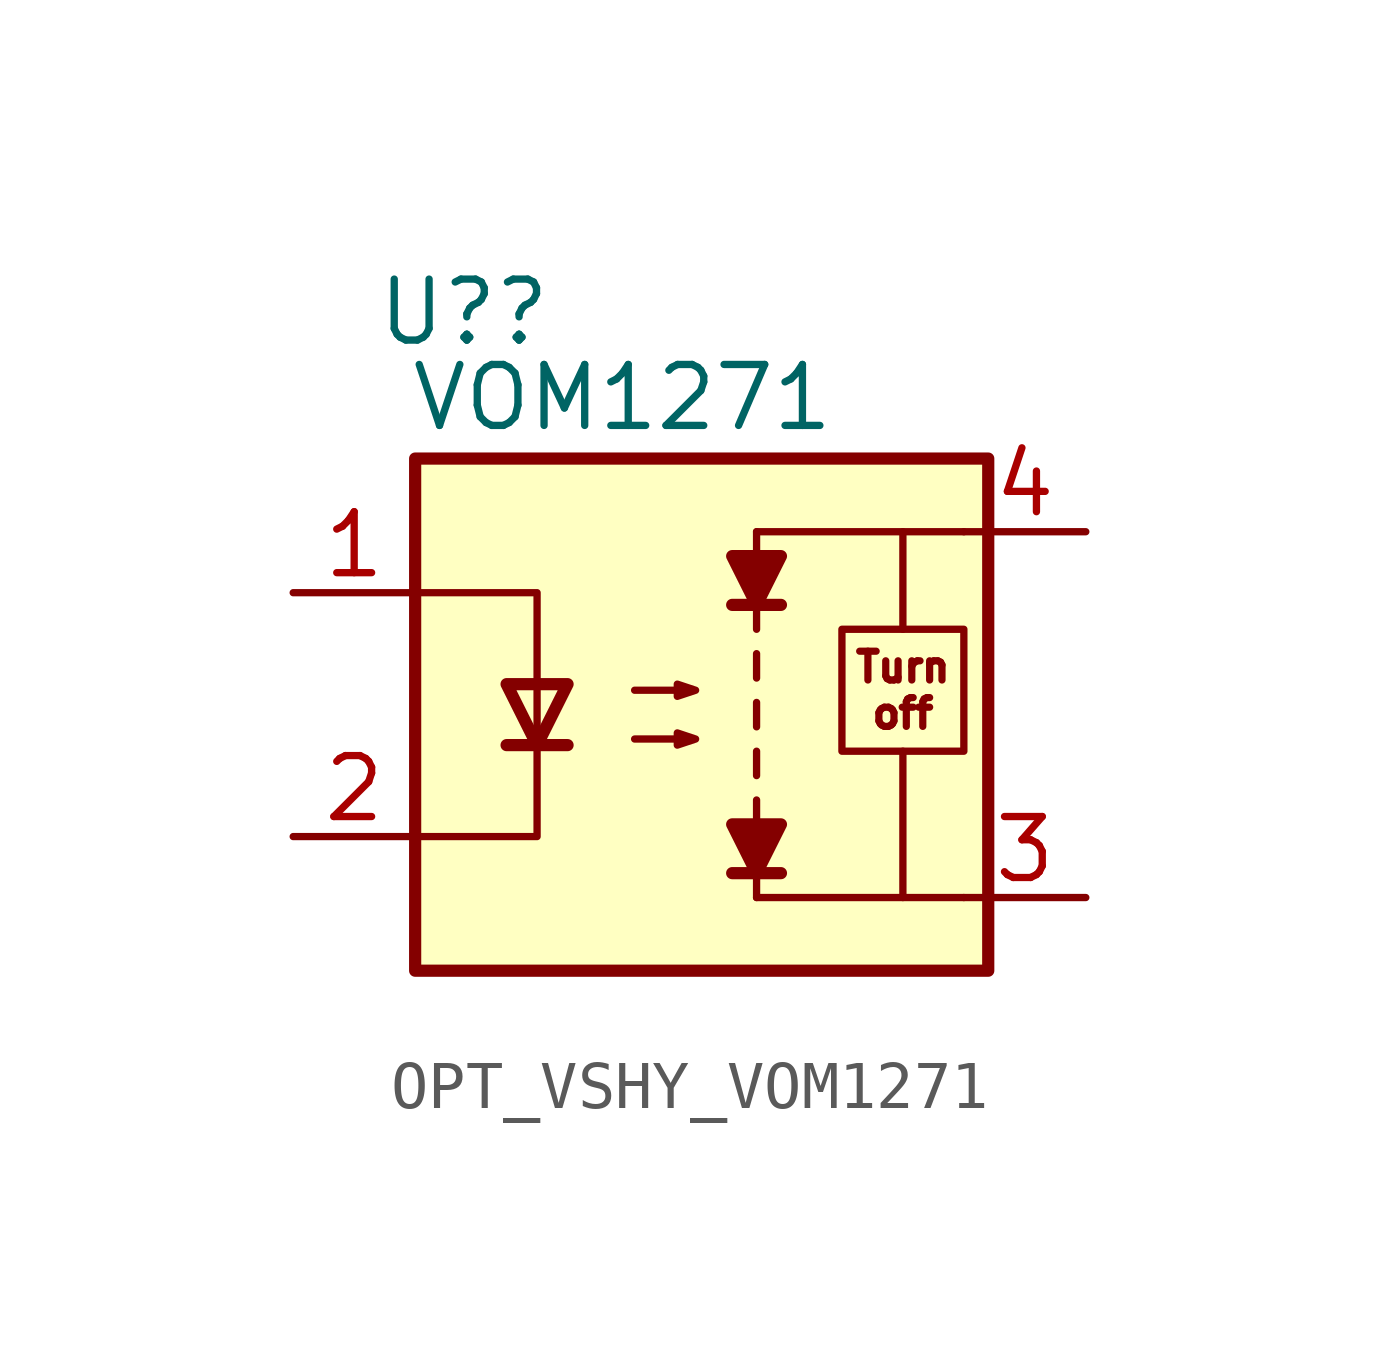
<source format=kicad_sym>
(kicad_symbol_lib
  (version 20231120)
  (generator "kicad_symbol_editor")
  (generator_version "8.0")
  (symbol "OPT_VSHY_VOM1271"
    (property "Reference" "U?"
      (at -5.334 8.382 0)
      (effects (font (size 1.27 1.27))))
    (property "Value" "VOM1271"
      (at -2.032 6.604 0)
      (effects (font (size 1.27 1.27))))
    (symbol "OPT_VSHY_VOM1271_0_1"
      (rectangle (start -6.35 5.334) (end 5.588 -5.334) (stroke (width 0.254) (type default)) (fill (type background)))
      (polyline (pts (xy -4.445 -0.635) (xy -3.175 -0.635)) (stroke (width 0.254) (type default)) (fill (type none)))
      (polyline (pts (xy 0.254 -3.302) (xy 1.27 -3.302)) (stroke (width 0.254) (type default)) (fill (type none)))
      (polyline (pts (xy 0.254 2.286) (xy 1.27 2.286)) (stroke (width 0.254) (type default)) (fill (type none)))
      (polyline (pts (xy 0.762 -3.81) (xy 0.762 -1.778)) (stroke (width 0) (type default)) (fill (type none)))
      (polyline (pts (xy 0.762 -3.81) (xy 5.08 -3.81)) (stroke (width 0) (type default)) (fill (type none)))
      (polyline (pts (xy 0.762 3.81) (xy 0.762 1.778)) (stroke (width 0) (type default)) (fill (type none)))
      (polyline (pts (xy 0.762 3.81) (xy 5.08 3.81)) (stroke (width 0) (type default)) (fill (type none)))
      (polyline (pts (xy -6.35 2.54) (xy -3.81 2.54) (xy -3.81 -0.635)) (stroke (width 0) (type default)) (fill (type none)))
      (polyline (pts (xy -3.81 -0.635) (xy -3.81 -2.54) (xy -6.35 -2.54)) (stroke (width 0) (type default)) (fill (type none)))
      (polyline (pts (xy -3.81 -0.635) (xy -4.445 0.635) (xy -3.175 0.635) (xy -3.81 -0.635)) (stroke (width 0.254) (type default)) (fill (type none)))
      (polyline (pts (xy -1.778 -0.508) (xy -0.508 -0.508) (xy -0.889 -0.635) (xy -0.889 -0.381) (xy -0.508 -0.508)) (stroke (width 0) (type default)) (fill (type none)))
      (polyline (pts (xy -1.778 0.508) (xy -0.508 0.508) (xy -0.889 0.381) (xy -0.889 0.635) (xy -0.508 0.508)) (stroke (width 0) (type default)) (fill (type none))))
    (symbol "OPT_VSHY_VOM1271_1_1"
      (polyline (pts (xy 0.762 -1.27) (xy 0.762 -0.762)) (stroke (width 0) (type default)) (fill (type none)))
      (polyline (pts (xy 0.762 -0.254) (xy 0.762 0.254)) (stroke (width 0) (type default)) (fill (type none)))
      (polyline (pts (xy 0.762 0.762) (xy 0.762 1.27)) (stroke (width 0) (type default)) (fill (type none)))
      (polyline (pts (xy 3.81 -0.762) (xy 3.81 -3.81)) (stroke (width 0) (type default)) (fill (type none)))
      (polyline (pts (xy 3.81 3.81) (xy 3.81 1.778)) (stroke (width 0) (type default)) (fill (type none)))
      (polyline (pts (xy 0.762 -3.302) (xy 0.254 -2.286) (xy 1.27 -2.286) (xy 0.762 -3.302)) (stroke (width 0.254) (type default)) (fill (type outline)))
      (polyline (pts (xy 0.762 2.286) (xy 0.254 3.302) (xy 1.27 3.302) (xy 0.762 2.286)) (stroke (width 0.254) (type default)) (fill (type outline)))
      (rectangle (start 2.54 1.778) (end 5.08 -0.762) (stroke (width 0) (type default)) (fill (type none)))
      (text "Turn\noff" (at 3.81 0.508 0) (effects (font (size 0.6 0.6))))
      (pin passive line (at -8.89 2.54 0) (length 2.54) (name "~" (effects (font (size 1.27 1.27)))) (number "1" (effects (font (size 1.27 1.27)))))
      (pin passive line (at -8.89 -2.54 0) (length 2.54) (name "~" (effects (font (size 1.27 1.27)))) (number "2" (effects (font (size 1.27 1.27)))))
      (pin passive line (at 7.62 -3.81 180) (length 2.54) (name "~" (effects (font (size 1.27 1.27)))) (number "3" (effects (font (size 1.27 1.27)))))
      (pin passive line (at 7.62 3.81 180) (length 2.54) (name "~" (effects (font (size 1.27 1.27)))) (number "4" (effects (font (size 1.27 1.27))))))))
</source>
